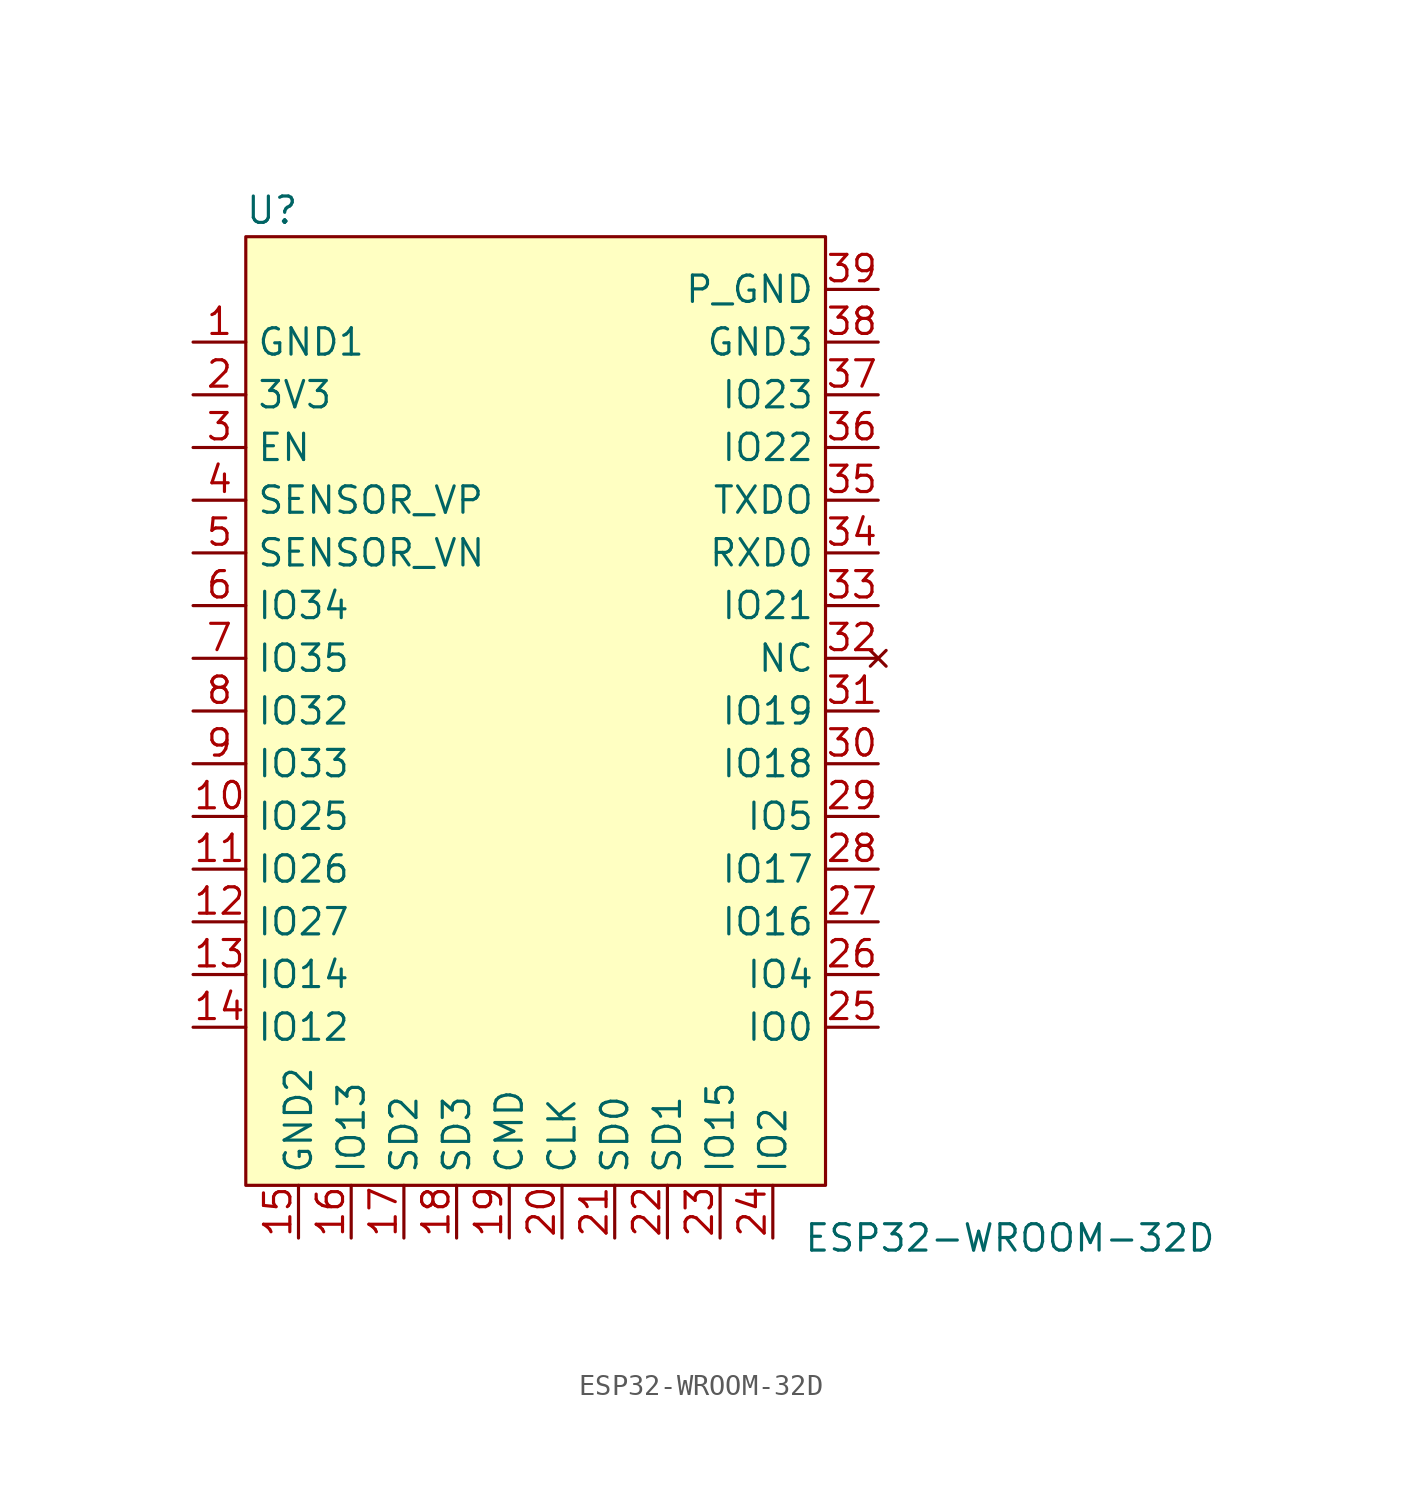
<source format=kicad_sym>
(kicad_symbol_lib
  (version 20211014)
  (generator kicad_symbol_editor)
  (symbol "ESP32-WROOM-32D"
    (property "Reference" "U"
      (at 3.81 6.35 0)
      (effects (font (size 1.27 1.27))))
    (property "Value" "ESP32-WROOM-32D"
      (at 39.37 -43.18 0)
      (effects (font (size 1.27 1.27))))
    (symbol "ESP32-WROOM-32D_0_1"
      (rectangle (start 2.54 -40.64) (end 30.48 5.08) (stroke (width 0) (type default) (color 0 0 0 0)) (fill (type background))))
    (symbol "ESP32-WROOM-32D_1_1"
      (pin power_in line (at 0 0 0) (length 2.54) (name "GND1" (effects (font (size 1.27 1.27)))) (number "1" (effects (font (size 1.27 1.27)))))
      (pin bidirectional line (at 0 -22.86 0) (length 2.54) (name "IO25" (effects (font (size 1.27 1.27)))) (number "10" (effects (font (size 1.27 1.27)))))
      (pin bidirectional line (at 0 -25.4 0) (length 2.54) (name "IO26" (effects (font (size 1.27 1.27)))) (number "11" (effects (font (size 1.27 1.27)))))
      (pin bidirectional line (at 0 -27.94 0) (length 2.54) (name "IO27" (effects (font (size 1.27 1.27)))) (number "12" (effects (font (size 1.27 1.27)))))
      (pin bidirectional line (at 0 -30.48 0) (length 2.54) (name "IO14" (effects (font (size 1.27 1.27)))) (number "13" (effects (font (size 1.27 1.27)))))
      (pin bidirectional line (at 0 -33.02 0) (length 2.54) (name "IO12" (effects (font (size 1.27 1.27)))) (number "14" (effects (font (size 1.27 1.27)))))
      (pin power_in line (at 5.08 -43.18 90) (length 2.54) (name "GND2" (effects (font (size 1.27 1.27)))) (number "15" (effects (font (size 1.27 1.27)))))
      (pin bidirectional line (at 7.62 -43.18 90) (length 2.54) (name "IO13" (effects (font (size 1.27 1.27)))) (number "16" (effects (font (size 1.27 1.27)))))
      (pin bidirectional line (at 10.16 -43.18 90) (length 2.54) (name "SD2" (effects (font (size 1.27 1.27)))) (number "17" (effects (font (size 1.27 1.27)))))
      (pin bidirectional line (at 12.7 -43.18 90) (length 2.54) (name "SD3" (effects (font (size 1.27 1.27)))) (number "18" (effects (font (size 1.27 1.27)))))
      (pin bidirectional line (at 15.24 -43.18 90) (length 2.54) (name "CMD" (effects (font (size 1.27 1.27)))) (number "19" (effects (font (size 1.27 1.27)))))
      (pin power_in line (at 0 -2.54 0) (length 2.54) (name "3V3" (effects (font (size 1.27 1.27)))) (number "2" (effects (font (size 1.27 1.27)))))
      (pin bidirectional line (at 17.78 -43.18 90) (length 2.54) (name "CLK" (effects (font (size 1.27 1.27)))) (number "20" (effects (font (size 1.27 1.27)))))
      (pin bidirectional line (at 20.32 -43.18 90) (length 2.54) (name "SD0" (effects (font (size 1.27 1.27)))) (number "21" (effects (font (size 1.27 1.27)))))
      (pin bidirectional line (at 22.86 -43.18 90) (length 2.54) (name "SD1" (effects (font (size 1.27 1.27)))) (number "22" (effects (font (size 1.27 1.27)))))
      (pin bidirectional line (at 25.4 -43.18 90) (length 2.54) (name "IO15" (effects (font (size 1.27 1.27)))) (number "23" (effects (font (size 1.27 1.27)))))
      (pin bidirectional line (at 27.94 -43.18 90) (length 2.54) (name "IO2" (effects (font (size 1.27 1.27)))) (number "24" (effects (font (size 1.27 1.27)))))
      (pin bidirectional line (at 33.02 -33.02 180) (length 2.54) (name "IO0" (effects (font (size 1.27 1.27)))) (number "25" (effects (font (size 1.27 1.27)))))
      (pin bidirectional line (at 33.02 -30.48 180) (length 2.54) (name "IO4" (effects (font (size 1.27 1.27)))) (number "26" (effects (font (size 1.27 1.27)))))
      (pin bidirectional line (at 33.02 -27.94 180) (length 2.54) (name "IO16" (effects (font (size 1.27 1.27)))) (number "27" (effects (font (size 1.27 1.27)))))
      (pin bidirectional line (at 33.02 -25.4 180) (length 2.54) (name "IO17" (effects (font (size 1.27 1.27)))) (number "28" (effects (font (size 1.27 1.27)))))
      (pin bidirectional line (at 33.02 -22.86 180) (length 2.54) (name "IO5" (effects (font (size 1.27 1.27)))) (number "29" (effects (font (size 1.27 1.27)))))
      (pin input line (at 0 -5.08 0) (length 2.54) (name "EN" (effects (font (size 1.27 1.27)))) (number "3" (effects (font (size 1.27 1.27)))))
      (pin bidirectional line (at 33.02 -20.32 180) (length 2.54) (name "IO18" (effects (font (size 1.27 1.27)))) (number "30" (effects (font (size 1.27 1.27)))))
      (pin bidirectional line (at 33.02 -17.78 180) (length 2.54) (name "IO19" (effects (font (size 1.27 1.27)))) (number "31" (effects (font (size 1.27 1.27)))))
      (pin no_connect line (at 33.02 -15.24 180) (length 2.54) (name "NC" (effects (font (size 1.27 1.27)))) (number "32" (effects (font (size 1.27 1.27)))))
      (pin bidirectional line (at 33.02 -12.7 180) (length 2.54) (name "IO21" (effects (font (size 1.27 1.27)))) (number "33" (effects (font (size 1.27 1.27)))))
      (pin bidirectional line (at 33.02 -10.16 180) (length 2.54) (name "RXD0" (effects (font (size 1.27 1.27)))) (number "34" (effects (font (size 1.27 1.27)))))
      (pin bidirectional line (at 33.02 -7.62 180) (length 2.54) (name "TXDO" (effects (font (size 1.27 1.27)))) (number "35" (effects (font (size 1.27 1.27)))))
      (pin bidirectional line (at 33.02 -5.08 180) (length 2.54) (name "IO22" (effects (font (size 1.27 1.27)))) (number "36" (effects (font (size 1.27 1.27)))))
      (pin bidirectional line (at 33.02 -2.54 180) (length 2.54) (name "IO23" (effects (font (size 1.27 1.27)))) (number "37" (effects (font (size 1.27 1.27)))))
      (pin power_in line (at 33.02 0 180) (length 2.54) (name "GND3" (effects (font (size 1.27 1.27)))) (number "38" (effects (font (size 1.27 1.27)))))
      (pin power_in line (at 33.02 2.54 180) (length 2.54) (name "P_GND" (effects (font (size 1.27 1.27)))) (number "39" (effects (font (size 1.27 1.27)))))
      (pin bidirectional line (at 0 -7.62 0) (length 2.54) (name "SENSOR_VP" (effects (font (size 1.27 1.27)))) (number "4" (effects (font (size 1.27 1.27)))))
      (pin bidirectional line (at 0 -10.16 0) (length 2.54) (name "SENSOR_VN" (effects (font (size 1.27 1.27)))) (number "5" (effects (font (size 1.27 1.27)))))
      (pin bidirectional line (at 0 -12.7 0) (length 2.54) (name "IO34" (effects (font (size 1.27 1.27)))) (number "6" (effects (font (size 1.27 1.27)))))
      (pin bidirectional line (at 0 -15.24 0) (length 2.54) (name "IO35" (effects (font (size 1.27 1.27)))) (number "7" (effects (font (size 1.27 1.27)))))
      (pin bidirectional line (at 0 -17.78 0) (length 2.54) (name "IO32" (effects (font (size 1.27 1.27)))) (number "8" (effects (font (size 1.27 1.27)))))
      (pin bidirectional line (at 0 -20.32 0) (length 2.54) (name "IO33" (effects (font (size 1.27 1.27)))) (number "9" (effects (font (size 1.27 1.27))))))))
</source>
